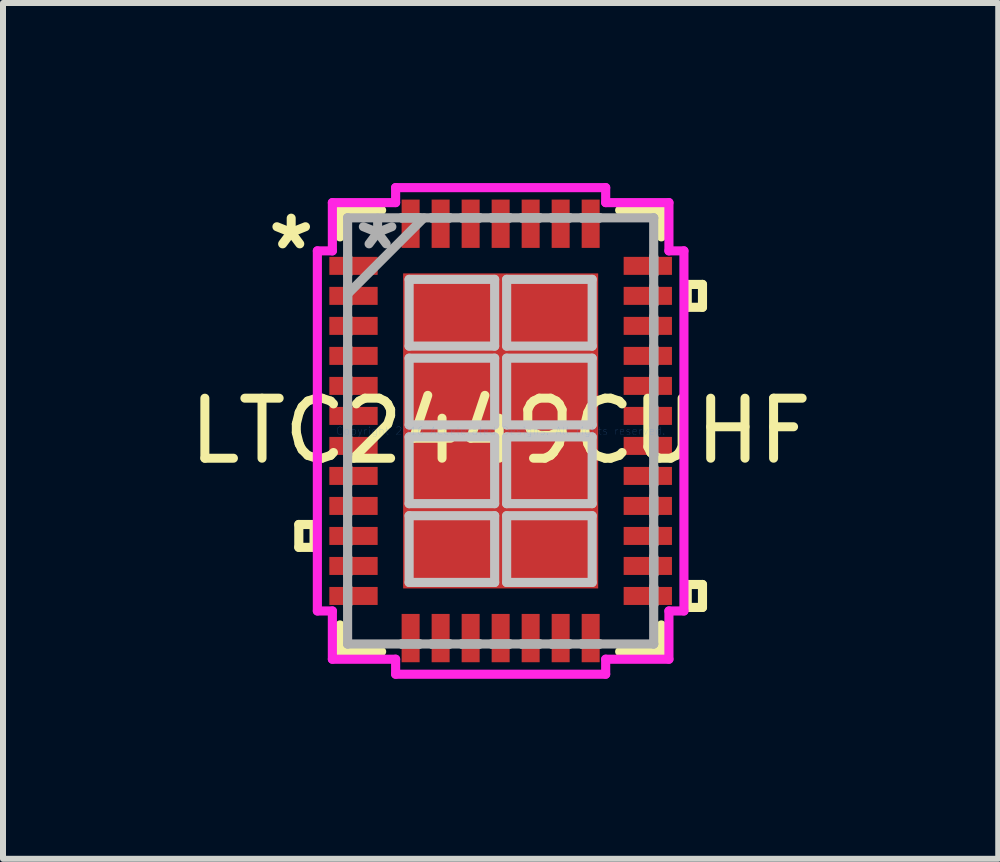
<source format=kicad_pcb>
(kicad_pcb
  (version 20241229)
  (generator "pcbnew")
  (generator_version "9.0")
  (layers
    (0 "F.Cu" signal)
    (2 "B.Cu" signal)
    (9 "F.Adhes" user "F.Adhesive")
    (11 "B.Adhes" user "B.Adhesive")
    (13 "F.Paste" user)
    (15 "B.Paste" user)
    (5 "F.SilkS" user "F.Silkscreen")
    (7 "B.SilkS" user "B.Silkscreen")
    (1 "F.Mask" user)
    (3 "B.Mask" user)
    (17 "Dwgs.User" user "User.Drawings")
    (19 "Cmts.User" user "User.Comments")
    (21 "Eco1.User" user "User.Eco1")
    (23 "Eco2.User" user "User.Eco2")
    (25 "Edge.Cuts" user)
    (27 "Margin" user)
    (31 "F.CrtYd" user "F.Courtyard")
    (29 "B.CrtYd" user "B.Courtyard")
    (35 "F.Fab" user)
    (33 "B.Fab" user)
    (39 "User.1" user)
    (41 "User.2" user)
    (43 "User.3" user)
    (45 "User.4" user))
  (footprint "LTC2449CUHF"
    (layer "F.Cu")
    (at 5.292 4.13)
    (property "Reference" "LTC2449CUHF" (at 0 0 0) (layer "F.SilkS") (effects (font (size 1 1) (thickness 0.15))))
    (attr through_hole)
    (fp_line (start -3.363 1.559) (end -3.363 1.94) (stroke (width 0.152) (type solid)) (layer "F.SilkS"))
    (fp_line (start -3.363 1.94) (end -3.109 1.94) (stroke (width 0.152) (type solid)) (layer "F.SilkS"))
    (fp_line (start -3.109 1.559) (end -3.363 1.559) (stroke (width 0.152) (type solid)) (layer "F.SilkS"))
    (fp_line (start -3.109 1.94) (end -3.109 1.559) (stroke (width 0.152) (type solid)) (layer "F.SilkS"))
    (fp_line (start -2.677 -3.677) (end -2.677 -3.233) (stroke (width 0.152) (type solid)) (layer "F.SilkS"))
    (fp_line (start -2.677 3.233) (end -2.677 3.677) (stroke (width 0.152) (type solid)) (layer "F.SilkS"))
    (fp_line (start -2.677 3.677) (end -1.983 3.677) (stroke (width 0.152) (type solid)) (layer "F.SilkS"))
    (fp_line (start -1.983 -3.677) (end -2.677 -3.677) (stroke (width 0.152) (type solid)) (layer "F.SilkS"))
    (fp_line (start 1.983 3.677) (end 2.677 3.677) (stroke (width 0.152) (type solid)) (layer "F.SilkS"))
    (fp_line (start 2.677 -3.677) (end 1.983 -3.677) (stroke (width 0.152) (type solid)) (layer "F.SilkS"))
    (fp_line (start 2.677 -3.233) (end 2.677 -3.677) (stroke (width 0.152) (type solid)) (layer "F.SilkS"))
    (fp_line (start 2.677 3.677) (end 2.677 3.233) (stroke (width 0.152) (type solid)) (layer "F.SilkS"))
    (fp_line (start 3.109 -2.441) (end 3.363 -2.441) (stroke (width 0.152) (type solid)) (layer "F.SilkS"))
    (fp_line (start 3.109 -2.06) (end 3.109 -2.441) (stroke (width 0.152) (type solid)) (layer "F.SilkS"))
    (fp_line (start 3.109 2.559) (end 3.363 2.559) (stroke (width 0.152) (type solid)) (layer "F.SilkS"))
    (fp_line (start 3.109 2.941) (end 3.109 2.559) (stroke (width 0.152) (type solid)) (layer "F.SilkS"))
    (fp_line (start 3.363 -2.441) (end 3.363 -2.06) (stroke (width 0.152) (type solid)) (layer "F.SilkS"))
    (fp_line (start 3.363 -2.06) (end 3.109 -2.06) (stroke (width 0.152) (type solid)) (layer "F.SilkS"))
    (fp_line (start 3.363 2.559) (end 3.363 2.941) (stroke (width 0.152) (type solid)) (layer "F.SilkS"))
    (fp_line (start 3.363 2.941) (end 3.109 2.941) (stroke (width 0.152) (type solid)) (layer "F.SilkS"))
    (fp_line (start -1.525 -2.525) (end -1.525 -1.413) (stroke (width 0.152) (type solid)) (layer "Dwgs.User"))
    (fp_line (start -1.525 -1.413) (end -0.1 -1.413) (stroke (width 0.152) (type solid)) (layer "Dwgs.User"))
    (fp_line (start -1.525 -1.212) (end -1.525 -0.1) (stroke (width 0.152) (type solid)) (layer "Dwgs.User"))
    (fp_line (start -1.525 -0.1) (end -0.1 -0.1) (stroke (width 0.152) (type solid)) (layer "Dwgs.User"))
    (fp_line (start -1.525 0.1) (end -1.525 1.212) (stroke (width 0.152) (type solid)) (layer "Dwgs.User"))
    (fp_line (start -1.525 1.212) (end -0.1 1.212) (stroke (width 0.152) (type solid)) (layer "Dwgs.User"))
    (fp_line (start -1.525 1.413) (end -1.525 2.525) (stroke (width 0.152) (type solid)) (layer "Dwgs.User"))
    (fp_line (start -1.525 2.525) (end -0.1 2.525) (stroke (width 0.152) (type solid)) (layer "Dwgs.User"))
    (fp_line (start -0.1 -2.525) (end -1.525 -2.525) (stroke (width 0.152) (type solid)) (layer "Dwgs.User"))
    (fp_line (start -0.1 -1.413) (end -0.1 -2.525) (stroke (width 0.152) (type solid)) (layer "Dwgs.User"))
    (fp_line (start -0.1 -1.212) (end -1.525 -1.212) (stroke (width 0.152) (type solid)) (layer "Dwgs.User"))
    (fp_line (start -0.1 -0.1) (end -0.1 -1.212) (stroke (width 0.152) (type solid)) (layer "Dwgs.User"))
    (fp_line (start -0.1 0.1) (end -1.525 0.1) (stroke (width 0.152) (type solid)) (layer "Dwgs.User"))
    (fp_line (start -0.1 1.212) (end -0.1 0.1) (stroke (width 0.152) (type solid)) (layer "Dwgs.User"))
    (fp_line (start -0.1 1.413) (end -1.525 1.413) (stroke (width 0.152) (type solid)) (layer "Dwgs.User"))
    (fp_line (start -0.1 2.525) (end -0.1 1.413) (stroke (width 0.152) (type solid)) (layer "Dwgs.User"))
    (fp_line (start 0.1 -2.525) (end 0.1 -1.413) (stroke (width 0.152) (type solid)) (layer "Dwgs.User"))
    (fp_line (start 0.1 -1.413) (end 1.525 -1.413) (stroke (width 0.152) (type solid)) (layer "Dwgs.User"))
    (fp_line (start 0.1 -1.212) (end 0.1 -0.1) (stroke (width 0.152) (type solid)) (layer "Dwgs.User"))
    (fp_line (start 0.1 -0.1) (end 1.525 -0.1) (stroke (width 0.152) (type solid)) (layer "Dwgs.User"))
    (fp_line (start 0.1 0.1) (end 0.1 1.212) (stroke (width 0.152) (type solid)) (layer "Dwgs.User"))
    (fp_line (start 0.1 1.212) (end 1.525 1.212) (stroke (width 0.152) (type solid)) (layer "Dwgs.User"))
    (fp_line (start 0.1 1.413) (end 0.1 2.525) (stroke (width 0.152) (type solid)) (layer "Dwgs.User"))
    (fp_line (start 0.1 2.525) (end 1.525 2.525) (stroke (width 0.152) (type solid)) (layer "Dwgs.User"))
    (fp_line (start 1.525 -2.525) (end 0.1 -2.525) (stroke (width 0.152) (type solid)) (layer "Dwgs.User"))
    (fp_line (start 1.525 -1.413) (end 1.525 -2.525) (stroke (width 0.152) (type solid)) (layer "Dwgs.User"))
    (fp_line (start 1.525 -1.212) (end 0.1 -1.212) (stroke (width 0.152) (type solid)) (layer "Dwgs.User"))
    (fp_line (start 1.525 -0.1) (end 1.525 -1.212) (stroke (width 0.152) (type solid)) (layer "Dwgs.User"))
    (fp_line (start 1.525 0.1) (end 0.1 0.1) (stroke (width 0.152) (type solid)) (layer "Dwgs.User"))
    (fp_line (start 1.525 1.212) (end 1.525 0.1) (stroke (width 0.152) (type solid)) (layer "Dwgs.User"))
    (fp_line (start 1.525 1.413) (end 0.1 1.413) (stroke (width 0.152) (type solid)) (layer "Dwgs.User"))
    (fp_line (start 1.525 2.525) (end 1.525 1.413) (stroke (width 0.152) (type solid)) (layer "Dwgs.User"))
    (fp_line (start -3.054 -3) (end -2.804 -3) (stroke (width 0.152) (type solid)) (layer "F.CrtYd"))
    (fp_line (start -3.054 3) (end -3.054 -3) (stroke (width 0.152) (type solid)) (layer "F.CrtYd"))
    (fp_line (start -2.804 -3.804) (end -1.75 -3.804) (stroke (width 0.152) (type solid)) (layer "F.CrtYd"))
    (fp_line (start -2.804 -3) (end -2.804 -3.804) (stroke (width 0.152) (type solid)) (layer "F.CrtYd"))
    (fp_line (start -2.804 3) (end -3.054 3) (stroke (width 0.152) (type solid)) (layer "F.CrtYd"))
    (fp_line (start -2.804 3.804) (end -2.804 3) (stroke (width 0.152) (type solid)) (layer "F.CrtYd"))
    (fp_line (start -1.75 -4.054) (end 1.75 -4.054) (stroke (width 0.152) (type solid)) (layer "F.CrtYd"))
    (fp_line (start -1.75 -3.804) (end -1.75 -4.054) (stroke (width 0.152) (type solid)) (layer "F.CrtYd"))
    (fp_line (start -1.75 3.804) (end -2.804 3.804) (stroke (width 0.152) (type solid)) (layer "F.CrtYd"))
    (fp_line (start -1.75 4.054) (end -1.75 3.804) (stroke (width 0.152) (type solid)) (layer "F.CrtYd"))
    (fp_line (start 1.75 -4.054) (end 1.75 -3.804) (stroke (width 0.152) (type solid)) (layer "F.CrtYd"))
    (fp_line (start 1.75 -3.804) (end 2.804 -3.804) (stroke (width 0.152) (type solid)) (layer "F.CrtYd"))
    (fp_line (start 1.75 3.804) (end 1.75 4.054) (stroke (width 0.152) (type solid)) (layer "F.CrtYd"))
    (fp_line (start 1.75 4.054) (end -1.75 4.054) (stroke (width 0.152) (type solid)) (layer "F.CrtYd"))
    (fp_line (start 2.804 -3.804) (end 2.804 -3) (stroke (width 0.152) (type solid)) (layer "F.CrtYd"))
    (fp_line (start 2.804 -3) (end 3.054 -3) (stroke (width 0.152) (type solid)) (layer "F.CrtYd"))
    (fp_line (start 2.804 3) (end 2.804 3.804) (stroke (width 0.152) (type solid)) (layer "F.CrtYd"))
    (fp_line (start 2.804 3.804) (end 1.75 3.804) (stroke (width 0.152) (type solid)) (layer "F.CrtYd"))
    (fp_line (start 3.054 -3) (end 3.054 3) (stroke (width 0.152) (type solid)) (layer "F.CrtYd"))
    (fp_line (start 3.054 3) (end 2.804 3) (stroke (width 0.152) (type solid)) (layer "F.CrtYd"))
    (fp_line (start -2.55 -3.55) (end -2.55 -3.55) (stroke (width 0.152) (type solid)) (layer "F.Fab"))
    (fp_line (start -2.55 -3.55) (end -2.55 3.55) (stroke (width 0.152) (type solid)) (layer "F.Fab"))
    (fp_line (start -2.55 -2.9) (end -2.55 -2.9) (stroke (width 0.152) (type solid)) (layer "F.Fab"))
    (fp_line (start -2.55 -2.9) (end -2.55 -2.6) (stroke (width 0.152) (type solid)) (layer "F.Fab"))
    (fp_line (start -2.55 -2.6) (end -2.55 -2.9) (stroke (width 0.152) (type solid)) (layer "F.Fab"))
    (fp_line (start -2.55 -2.6) (end -2.55 -2.6) (stroke (width 0.152) (type solid)) (layer "F.Fab"))
    (fp_line (start -2.55 -2.4) (end -2.55 -2.4) (stroke (width 0.152) (type solid)) (layer "F.Fab"))
    (fp_line (start -2.55 -2.4) (end -2.55 -2.1) (stroke (width 0.152) (type solid)) (layer "F.Fab"))
    (fp_line (start -2.55 -2.28) (end -1.28 -3.55) (stroke (width 0.152) (type solid)) (layer "F.Fab"))
    (fp_line (start -2.55 -2.1) (end -2.55 -2.4) (stroke (width 0.152) (type solid)) (layer "F.Fab"))
    (fp_line (start -2.55 -2.1) (end -2.55 -2.1) (stroke (width 0.152) (type solid)) (layer "F.Fab"))
    (fp_line (start -2.55 -1.9) (end -2.55 -1.9) (stroke (width 0.152) (type solid)) (layer "F.Fab"))
    (fp_line (start -2.55 -1.9) (end -2.55 -1.6) (stroke (width 0.152) (type solid)) (layer "F.Fab"))
    (fp_line (start -2.55 -1.6) (end -2.55 -1.9) (stroke (width 0.152) (type solid)) (layer "F.Fab"))
    (fp_line (start -2.55 -1.6) (end -2.55 -1.6) (stroke (width 0.152) (type solid)) (layer "F.Fab"))
    (fp_line (start -2.55 -1.4) (end -2.55 -1.4) (stroke (width 0.152) (type solid)) (layer "F.Fab"))
    (fp_line (start -2.55 -1.4) (end -2.55 -1.1) (stroke (width 0.152) (type solid)) (layer "F.Fab"))
    (fp_line (start -2.55 -1.1) (end -2.55 -1.4) (stroke (width 0.152) (type solid)) (layer "F.Fab"))
    (fp_line (start -2.55 -1.1) (end -2.55 -1.1) (stroke (width 0.152) (type solid)) (layer "F.Fab"))
    (fp_line (start -2.55 -0.9) (end -2.55 -0.9) (stroke (width 0.152) (type solid)) (layer "F.Fab"))
    (fp_line (start -2.55 -0.9) (end -2.55 -0.6) (stroke (width 0.152) (type solid)) (layer "F.Fab"))
    (fp_line (start -2.55 -0.6) (end -2.55 -0.9) (stroke (width 0.152) (type solid)) (layer "F.Fab"))
    (fp_line (start -2.55 -0.6) (end -2.55 -0.6) (stroke (width 0.152) (type solid)) (layer "F.Fab"))
    (fp_line (start -2.55 -0.4) (end -2.55 -0.4) (stroke (width 0.152) (type solid)) (layer "F.Fab"))
    (fp_line (start -2.55 -0.4) (end -2.55 -0.1) (stroke (width 0.152) (type solid)) (layer "F.Fab"))
    (fp_line (start -2.55 -0.1) (end -2.55 -0.4) (stroke (width 0.152) (type solid)) (layer "F.Fab"))
    (fp_line (start -2.55 -0.1) (end -2.55 -0.1) (stroke (width 0.152) (type solid)) (layer "F.Fab"))
    (fp_line (start -2.55 0.1) (end -2.55 0.1) (stroke (width 0.152) (type solid)) (layer "F.Fab"))
    (fp_line (start -2.55 0.1) (end -2.55 0.4) (stroke (width 0.152) (type solid)) (layer "F.Fab"))
    (fp_line (start -2.55 0.4) (end -2.55 0.1) (stroke (width 0.152) (type solid)) (layer "F.Fab"))
    (fp_line (start -2.55 0.4) (end -2.55 0.4) (stroke (width 0.152) (type solid)) (layer "F.Fab"))
    (fp_line (start -2.55 0.6) (end -2.55 0.6) (stroke (width 0.152) (type solid)) (layer "F.Fab"))
    (fp_line (start -2.55 0.6) (end -2.55 0.9) (stroke (width 0.152) (type solid)) (layer "F.Fab"))
    (fp_line (start -2.55 0.9) (end -2.55 0.6) (stroke (width 0.152) (type solid)) (layer "F.Fab"))
    (fp_line (start -2.55 0.9) (end -2.55 0.9) (stroke (width 0.152) (type solid)) (layer "F.Fab"))
    (fp_line (start -2.55 1.1) (end -2.55 1.1) (stroke (width 0.152) (type solid)) (layer "F.Fab"))
    (fp_line (start -2.55 1.1) (end -2.55 1.4) (stroke (width 0.152) (type solid)) (layer "F.Fab"))
    (fp_line (start -2.55 1.4) (end -2.55 1.1) (stroke (width 0.152) (type solid)) (layer "F.Fab"))
    (fp_line (start -2.55 1.4) (end -2.55 1.4) (stroke (width 0.152) (type solid)) (layer "F.Fab"))
    (fp_line (start -2.55 1.6) (end -2.55 1.6) (stroke (width 0.152) (type solid)) (layer "F.Fab"))
    (fp_line (start -2.55 1.6) (end -2.55 1.9) (stroke (width 0.152) (type solid)) (layer "F.Fab"))
    (fp_line (start -2.55 1.9) (end -2.55 1.6) (stroke (width 0.152) (type solid)) (layer "F.Fab"))
    (fp_line (start -2.55 1.9) (end -2.55 1.9) (stroke (width 0.152) (type solid)) (layer "F.Fab"))
    (fp_line (start -2.55 2.1) (end -2.55 2.1) (stroke (width 0.152) (type solid)) (layer "F.Fab"))
    (fp_line (start -2.55 2.1) (end -2.55 2.4) (stroke (width 0.152) (type solid)) (layer "F.Fab"))
    (fp_line (start -2.55 2.4) (end -2.55 2.1) (stroke (width 0.152) (type solid)) (layer "F.Fab"))
    (fp_line (start -2.55 2.4) (end -2.55 2.4) (stroke (width 0.152) (type solid)) (layer "F.Fab"))
    (fp_line (start -2.55 2.6) (end -2.55 2.6) (stroke (width 0.152) (type solid)) (layer "F.Fab"))
    (fp_line (start -2.55 2.6) (end -2.55 2.9) (stroke (width 0.152) (type solid)) (layer "F.Fab"))
    (fp_line (start -2.55 2.9) (end -2.55 2.6) (stroke (width 0.152) (type solid)) (layer "F.Fab"))
    (fp_line (start -2.55 2.9) (end -2.55 2.9) (stroke (width 0.152) (type solid)) (layer "F.Fab"))
    (fp_line (start -2.55 3.55) (end -2.55 3.55) (stroke (width 0.152) (type solid)) (layer "F.Fab"))
    (fp_line (start -2.55 3.55) (end 2.55 3.55) (stroke (width 0.152) (type solid)) (layer "F.Fab"))
    (fp_line (start -1.65 -3.55) (end -1.65 -3.55) (stroke (width 0.152) (type solid)) (layer "F.Fab"))
    (fp_line (start -1.65 -3.55) (end -1.35 -3.55) (stroke (width 0.152) (type solid)) (layer "F.Fab"))
    (fp_line (start -1.65 3.55) (end -1.65 3.55) (stroke (width 0.152) (type solid)) (layer "F.Fab"))
    (fp_line (start -1.65 3.55) (end -1.35 3.55) (stroke (width 0.152) (type solid)) (layer "F.Fab"))
    (fp_line (start -1.35 -3.55) (end -1.65 -3.55) (stroke (width 0.152) (type solid)) (layer "F.Fab"))
    (fp_line (start -1.35 -3.55) (end -1.35 -3.55) (stroke (width 0.152) (type solid)) (layer "F.Fab"))
    (fp_line (start -1.35 3.55) (end -1.65 3.55) (stroke (width 0.152) (type solid)) (layer "F.Fab"))
    (fp_line (start -1.35 3.55) (end -1.35 3.55) (stroke (width 0.152) (type solid)) (layer "F.Fab"))
    (fp_line (start -1.15 -3.55) (end -1.15 -3.55) (stroke (width 0.152) (type solid)) (layer "F.Fab"))
    (fp_line (start -1.15 -3.55) (end -0.85 -3.55) (stroke (width 0.152) (type solid)) (layer "F.Fab"))
    (fp_line (start -1.15 3.55) (end -1.15 3.55) (stroke (width 0.152) (type solid)) (layer "F.Fab"))
    (fp_line (start -1.15 3.55) (end -0.85 3.55) (stroke (width 0.152) (type solid)) (layer "F.Fab"))
    (fp_line (start -0.85 -3.55) (end -1.15 -3.55) (stroke (width 0.152) (type solid)) (layer "F.Fab"))
    (fp_line (start -0.85 -3.55) (end -0.85 -3.55) (stroke (width 0.152) (type solid)) (layer "F.Fab"))
    (fp_line (start -0.85 3.55) (end -1.15 3.55) (stroke (width 0.152) (type solid)) (layer "F.Fab"))
    (fp_line (start -0.85 3.55) (end -0.85 3.55) (stroke (width 0.152) (type solid)) (layer "F.Fab"))
    (fp_line (start -0.65 -3.55) (end -0.65 -3.55) (stroke (width 0.152) (type solid)) (layer "F.Fab"))
    (fp_line (start -0.65 -3.55) (end -0.35 -3.55) (stroke (width 0.152) (type solid)) (layer "F.Fab"))
    (fp_line (start -0.65 3.55) (end -0.65 3.55) (stroke (width 0.152) (type solid)) (layer "F.Fab"))
    (fp_line (start -0.65 3.55) (end -0.35 3.55) (stroke (width 0.152) (type solid)) (layer "F.Fab"))
    (fp_line (start -0.35 -3.55) (end -0.65 -3.55) (stroke (width 0.152) (type solid)) (layer "F.Fab"))
    (fp_line (start -0.35 -3.55) (end -0.35 -3.55) (stroke (width 0.152) (type solid)) (layer "F.Fab"))
    (fp_line (start -0.35 3.55) (end -0.65 3.55) (stroke (width 0.152) (type solid)) (layer "F.Fab"))
    (fp_line (start -0.35 3.55) (end -0.35 3.55) (stroke (width 0.152) (type solid)) (layer "F.Fab"))
    (fp_line (start -0.15 -3.55) (end -0.15 -3.55) (stroke (width 0.152) (type solid)) (layer "F.Fab"))
    (fp_line (start -0.15 -3.55) (end 0.15 -3.55) (stroke (width 0.152) (type solid)) (layer "F.Fab"))
    (fp_line (start -0.15 3.55) (end -0.15 3.55) (stroke (width 0.152) (type solid)) (layer "F.Fab"))
    (fp_line (start -0.15 3.55) (end 0.15 3.55) (stroke (width 0.152) (type solid)) (layer "F.Fab"))
    (fp_line (start 0.15 -3.55) (end -0.15 -3.55) (stroke (width 0.152) (type solid)) (layer "F.Fab"))
    (fp_line (start 0.15 -3.55) (end 0.15 -3.55) (stroke (width 0.152) (type solid)) (layer "F.Fab"))
    (fp_line (start 0.15 3.55) (end -0.15 3.55) (stroke (width 0.152) (type solid)) (layer "F.Fab"))
    (fp_line (start 0.15 3.55) (end 0.15 3.55) (stroke (width 0.152) (type solid)) (layer "F.Fab"))
    (fp_line (start 0.35 -3.55) (end 0.35 -3.55) (stroke (width 0.152) (type solid)) (layer "F.Fab"))
    (fp_line (start 0.35 -3.55) (end 0.65 -3.55) (stroke (width 0.152) (type solid)) (layer "F.Fab"))
    (fp_line (start 0.35 3.55) (end 0.35 3.55) (stroke (width 0.152) (type solid)) (layer "F.Fab"))
    (fp_line (start 0.35 3.55) (end 0.65 3.55) (stroke (width 0.152) (type solid)) (layer "F.Fab"))
    (fp_line (start 0.65 -3.55) (end 0.35 -3.55) (stroke (width 0.152) (type solid)) (layer "F.Fab"))
    (fp_line (start 0.65 -3.55) (end 0.65 -3.55) (stroke (width 0.152) (type solid)) (layer "F.Fab"))
    (fp_line (start 0.65 3.55) (end 0.35 3.55) (stroke (width 0.152) (type solid)) (layer "F.Fab"))
    (fp_line (start 0.65 3.55) (end 0.65 3.55) (stroke (width 0.152) (type solid)) (layer "F.Fab"))
    (fp_line (start 0.85 -3.55) (end 0.85 -3.55) (stroke (width 0.152) (type solid)) (layer "F.Fab"))
    (fp_line (start 0.85 -3.55) (end 1.15 -3.55) (stroke (width 0.152) (type solid)) (layer "F.Fab"))
    (fp_line (start 0.85 3.55) (end 0.85 3.55) (stroke (width 0.152) (type solid)) (layer "F.Fab"))
    (fp_line (start 0.85 3.55) (end 1.15 3.55) (stroke (width 0.152) (type solid)) (layer "F.Fab"))
    (fp_line (start 1.15 -3.55) (end 0.85 -3.55) (stroke (width 0.152) (type solid)) (layer "F.Fab"))
    (fp_line (start 1.15 -3.55) (end 1.15 -3.55) (stroke (width 0.152) (type solid)) (layer "F.Fab"))
    (fp_line (start 1.15 3.55) (end 0.85 3.55) (stroke (width 0.152) (type solid)) (layer "F.Fab"))
    (fp_line (start 1.15 3.55) (end 1.15 3.55) (stroke (width 0.152) (type solid)) (layer "F.Fab"))
    (fp_line (start 1.35 -3.55) (end 1.35 -3.55) (stroke (width 0.152) (type solid)) (layer "F.Fab"))
    (fp_line (start 1.35 -3.55) (end 1.65 -3.55) (stroke (width 0.152) (type solid)) (layer "F.Fab"))
    (fp_line (start 1.35 3.55) (end 1.35 3.55) (stroke (width 0.152) (type solid)) (layer "F.Fab"))
    (fp_line (start 1.35 3.55) (end 1.65 3.55) (stroke (width 0.152) (type solid)) (layer "F.Fab"))
    (fp_line (start 1.65 -3.55) (end 1.35 -3.55) (stroke (width 0.152) (type solid)) (layer "F.Fab"))
    (fp_line (start 1.65 -3.55) (end 1.65 -3.55) (stroke (width 0.152) (type solid)) (layer "F.Fab"))
    (fp_line (start 1.65 3.55) (end 1.35 3.55) (stroke (width 0.152) (type solid)) (layer "F.Fab"))
    (fp_line (start 1.65 3.55) (end 1.65 3.55) (stroke (width 0.152) (type solid)) (layer "F.Fab"))
    (fp_line (start 2.55 -3.55) (end -2.55 -3.55) (stroke (width 0.152) (type solid)) (layer "F.Fab"))
    (fp_line (start 2.55 -3.55) (end 2.55 -3.55) (stroke (width 0.152) (type solid)) (layer "F.Fab"))
    (fp_line (start 2.55 -2.9) (end 2.55 -2.9) (stroke (width 0.152) (type solid)) (layer "F.Fab"))
    (fp_line (start 2.55 -2.9) (end 2.55 -2.6) (stroke (width 0.152) (type solid)) (layer "F.Fab"))
    (fp_line (start 2.55 -2.6) (end 2.55 -2.9) (stroke (width 0.152) (type solid)) (layer "F.Fab"))
    (fp_line (start 2.55 -2.6) (end 2.55 -2.6) (stroke (width 0.152) (type solid)) (layer "F.Fab"))
    (fp_line (start 2.55 -2.4) (end 2.55 -2.4) (stroke (width 0.152) (type solid)) (layer "F.Fab"))
    (fp_line (start 2.55 -2.4) (end 2.55 -2.1) (stroke (width 0.152) (type solid)) (layer "F.Fab"))
    (fp_line (start 2.55 -2.1) (end 2.55 -2.4) (stroke (width 0.152) (type solid)) (layer "F.Fab"))
    (fp_line (start 2.55 -2.1) (end 2.55 -2.1) (stroke (width 0.152) (type solid)) (layer "F.Fab"))
    (fp_line (start 2.55 -1.9) (end 2.55 -1.9) (stroke (width 0.152) (type solid)) (layer "F.Fab"))
    (fp_line (start 2.55 -1.9) (end 2.55 -1.6) (stroke (width 0.152) (type solid)) (layer "F.Fab"))
    (fp_line (start 2.55 -1.6) (end 2.55 -1.9) (stroke (width 0.152) (type solid)) (layer "F.Fab"))
    (fp_line (start 2.55 -1.6) (end 2.55 -1.6) (stroke (width 0.152) (type solid)) (layer "F.Fab"))
    (fp_line (start 2.55 -1.4) (end 2.55 -1.4) (stroke (width 0.152) (type solid)) (layer "F.Fab"))
    (fp_line (start 2.55 -1.4) (end 2.55 -1.1) (stroke (width 0.152) (type solid)) (layer "F.Fab"))
    (fp_line (start 2.55 -1.1) (end 2.55 -1.4) (stroke (width 0.152) (type solid)) (layer "F.Fab"))
    (fp_line (start 2.55 -1.1) (end 2.55 -1.1) (stroke (width 0.152) (type solid)) (layer "F.Fab"))
    (fp_line (start 2.55 -0.9) (end 2.55 -0.9) (stroke (width 0.152) (type solid)) (layer "F.Fab"))
    (fp_line (start 2.55 -0.9) (end 2.55 -0.6) (stroke (width 0.152) (type solid)) (layer "F.Fab"))
    (fp_line (start 2.55 -0.6) (end 2.55 -0.9) (stroke (width 0.152) (type solid)) (layer "F.Fab"))
    (fp_line (start 2.55 -0.6) (end 2.55 -0.6) (stroke (width 0.152) (type solid)) (layer "F.Fab"))
    (fp_line (start 2.55 -0.4) (end 2.55 -0.4) (stroke (width 0.152) (type solid)) (layer "F.Fab"))
    (fp_line (start 2.55 -0.4) (end 2.55 -0.1) (stroke (width 0.152) (type solid)) (layer "F.Fab"))
    (fp_line (start 2.55 -0.1) (end 2.55 -0.4) (stroke (width 0.152) (type solid)) (layer "F.Fab"))
    (fp_line (start 2.55 -0.1) (end 2.55 -0.1) (stroke (width 0.152) (type solid)) (layer "F.Fab"))
    (fp_line (start 2.55 0.1) (end 2.55 0.1) (stroke (width 0.152) (type solid)) (layer "F.Fab"))
    (fp_line (start 2.55 0.1) (end 2.55 0.4) (stroke (width 0.152) (type solid)) (layer "F.Fab"))
    (fp_line (start 2.55 0.4) (end 2.55 0.1) (stroke (width 0.152) (type solid)) (layer "F.Fab"))
    (fp_line (start 2.55 0.4) (end 2.55 0.4) (stroke (width 0.152) (type solid)) (layer "F.Fab"))
    (fp_line (start 2.55 0.6) (end 2.55 0.6) (stroke (width 0.152) (type solid)) (layer "F.Fab"))
    (fp_line (start 2.55 0.6) (end 2.55 0.9) (stroke (width 0.152) (type solid)) (layer "F.Fab"))
    (fp_line (start 2.55 0.9) (end 2.55 0.6) (stroke (width 0.152) (type solid)) (layer "F.Fab"))
    (fp_line (start 2.55 0.9) (end 2.55 0.9) (stroke (width 0.152) (type solid)) (layer "F.Fab"))
    (fp_line (start 2.55 1.1) (end 2.55 1.1) (stroke (width 0.152) (type solid)) (layer "F.Fab"))
    (fp_line (start 2.55 1.1) (end 2.55 1.4) (stroke (width 0.152) (type solid)) (layer "F.Fab"))
    (fp_line (start 2.55 1.4) (end 2.55 1.1) (stroke (width 0.152) (type solid)) (layer "F.Fab"))
    (fp_line (start 2.55 1.4) (end 2.55 1.4) (stroke (width 0.152) (type solid)) (layer "F.Fab"))
    (fp_line (start 2.55 1.6) (end 2.55 1.6) (stroke (width 0.152) (type solid)) (layer "F.Fab"))
    (fp_line (start 2.55 1.6) (end 2.55 1.9) (stroke (width 0.152) (type solid)) (layer "F.Fab"))
    (fp_line (start 2.55 1.9) (end 2.55 1.6) (stroke (width 0.152) (type solid)) (layer "F.Fab"))
    (fp_line (start 2.55 1.9) (end 2.55 1.9) (stroke (width 0.152) (type solid)) (layer "F.Fab"))
    (fp_line (start 2.55 2.1) (end 2.55 2.1) (stroke (width 0.152) (type solid)) (layer "F.Fab"))
    (fp_line (start 2.55 2.1) (end 2.55 2.4) (stroke (width 0.152) (type solid)) (layer "F.Fab"))
    (fp_line (start 2.55 2.4) (end 2.55 2.1) (stroke (width 0.152) (type solid)) (layer "F.Fab"))
    (fp_line (start 2.55 2.4) (end 2.55 2.4) (stroke (width 0.152) (type solid)) (layer "F.Fab"))
    (fp_line (start 2.55 2.6) (end 2.55 2.6) (stroke (width 0.152) (type solid)) (layer "F.Fab"))
    (fp_line (start 2.55 2.6) (end 2.55 2.9) (stroke (width 0.152) (type solid)) (layer "F.Fab"))
    (fp_line (start 2.55 2.9) (end 2.55 2.6) (stroke (width 0.152) (type solid)) (layer "F.Fab"))
    (fp_line (start 2.55 2.9) (end 2.55 2.9) (stroke (width 0.152) (type solid)) (layer "F.Fab"))
    (fp_line (start 2.55 3.55) (end 2.55 -3.55) (stroke (width 0.152) (type solid)) (layer "F.Fab"))
    (fp_line (start 2.55 3.55) (end 2.55 3.55) (stroke (width 0.152) (type solid)) (layer "F.Fab"))
    (fp_text user "*" (at -3.49 -3 0) (layer "F.SilkS") (effects (font (size 1 1) (thickness 0.15))))
    (fp_text user "Copyright 2016 Accelerated Designs. All rights reserved." (at 0 0 0) (layer "Cmts.User") (effects (font (size 0.127 0.127) (thickness 0.002))))
    (fp_text user "*" (at -2.05 -3 0) (layer "F.Fab") (effects (font (size 1 1) (thickness 0.15))))
    (pad "1" smd rect (at -2.452 -2.75 90) (size 0.3 0.805) (layers "F.Cu" "F.Mask" "F.Paste"))
    (pad "2" smd rect (at -2.452 -2.25 90) (size 0.3 0.805) (layers "F.Cu" "F.Mask" "F.Paste"))
    (pad "3" smd rect (at -2.452 -1.75 90) (size 0.3 0.805) (layers "F.Cu" "F.Mask" "F.Paste"))
    (pad "4" smd rect (at -2.452 -1.25 90) (size 0.3 0.805) (layers "F.Cu" "F.Mask" "F.Paste"))
    (pad "5" smd rect (at -2.452 -0.75 90) (size 0.3 0.805) (layers "F.Cu" "F.Mask" "F.Paste"))
    (pad "6" smd rect (at -2.452 -0.25 90) (size 0.3 0.805) (layers "F.Cu" "F.Mask" "F.Paste"))
    (pad "7" smd rect (at -2.452 0.25 90) (size 0.3 0.805) (layers "F.Cu" "F.Mask" "F.Paste"))
    (pad "8" smd rect (at -2.452 0.75 90) (size 0.3 0.805) (layers "F.Cu" "F.Mask" "F.Paste"))
    (pad "9" smd rect (at -2.452 1.25 90) (size 0.3 0.805) (layers "F.Cu" "F.Mask" "F.Paste"))
    (pad "10" smd rect (at -2.452 1.75 90) (size 0.3 0.805) (layers "F.Cu" "F.Mask" "F.Paste"))
    (pad "11" smd rect (at -2.452 2.25 90) (size 0.3 0.805) (layers "F.Cu" "F.Mask" "F.Paste"))
    (pad "12" smd rect (at -2.452 2.75 90) (size 0.3 0.805) (layers "F.Cu" "F.Mask" "F.Paste"))
    (pad "13" smd rect (at -1.5 3.452) (size 0.3 0.805) (layers "F.Cu" "F.Mask" "F.Paste"))
    (pad "14" smd rect (at -1 3.452) (size 0.3 0.805) (layers "F.Cu" "F.Mask" "F.Paste"))
    (pad "15" smd rect (at -0.5 3.452) (size 0.3 0.805) (layers "F.Cu" "F.Mask" "F.Paste"))
    (pad "16" smd rect (at 0 3.452) (size 0.3 0.805) (layers "F.Cu" "F.Mask" "F.Paste"))
    (pad "17" smd rect (at 0.5 3.452) (size 0.3 0.805) (layers "F.Cu" "F.Mask" "F.Paste"))
    (pad "18" smd rect (at 1 3.452) (size 0.3 0.805) (layers "F.Cu" "F.Mask" "F.Paste"))
    (pad "19" smd rect (at 1.5 3.452) (size 0.3 0.805) (layers "F.Cu" "F.Mask" "F.Paste"))
    (pad "20" smd rect (at 2.452 2.75 90) (size 0.3 0.805) (layers "F.Cu" "F.Mask" "F.Paste"))
    (pad "21" smd rect (at 2.452 2.25 90) (size 0.3 0.805) (layers "F.Cu" "F.Mask" "F.Paste"))
    (pad "22" smd rect (at 2.452 1.75 90) (size 0.3 0.805) (layers "F.Cu" "F.Mask" "F.Paste"))
    (pad "23" smd rect (at 2.452 1.25 90) (size 0.3 0.805) (layers "F.Cu" "F.Mask" "F.Paste"))
    (pad "24" smd rect (at 2.452 0.75 90) (size 0.3 0.805) (layers "F.Cu" "F.Mask" "F.Paste"))
    (pad "25" smd rect (at 2.452 0.25 90) (size 0.3 0.805) (layers "F.Cu" "F.Mask" "F.Paste"))
    (pad "26" smd rect (at 2.452 -0.25 90) (size 0.3 0.805) (layers "F.Cu" "F.Mask" "F.Paste"))
    (pad "27" smd rect (at 2.452 -0.75 90) (size 0.3 0.805) (layers "F.Cu" "F.Mask" "F.Paste"))
    (pad "28" smd rect (at 2.452 -1.25 90) (size 0.3 0.805) (layers "F.Cu" "F.Mask" "F.Paste"))
    (pad "29" smd rect (at 2.452 -1.75 90) (size 0.3 0.805) (layers "F.Cu" "F.Mask" "F.Paste"))
    (pad "30" smd rect (at 2.452 -2.25 90) (size 0.3 0.805) (layers "F.Cu" "F.Mask" "F.Paste"))
    (pad "31" smd rect (at 2.452 -2.75 90) (size 0.3 0.805) (layers "F.Cu" "F.Mask" "F.Paste"))
    (pad "32" smd rect (at 1.5 -3.452) (size 0.3 0.805) (layers "F.Cu" "F.Mask" "F.Paste"))
    (pad "33" smd rect (at 1 -3.452) (size 0.3 0.805) (layers "F.Cu" "F.Mask" "F.Paste"))
    (pad "34" smd rect (at 0.5 -3.452) (size 0.3 0.805) (layers "F.Cu" "F.Mask" "F.Paste"))
    (pad "35" smd rect (at 0 -3.452) (size 0.3 0.805) (layers "F.Cu" "F.Mask" "F.Paste"))
    (pad "36" smd rect (at -0.5 -3.452) (size 0.3 0.805) (layers "F.Cu" "F.Mask" "F.Paste"))
    (pad "37" smd rect (at -1 -3.452) (size 0.3 0.805) (layers "F.Cu" "F.Mask" "F.Paste"))
    (pad "38" smd rect (at -1.5 -3.452) (size 0.3 0.805) (layers "F.Cu" "F.Mask" "F.Paste"))
    (pad "39" smd rect (at 0 0) (size 3.25 5.25) (layers "F.Cu" "F.Mask" "F.Paste")))
  (gr_rect
    (start -3 -3)
    (end 13.583 11.26)
    (stroke (width 0.1) (type default))
    (fill no)
    (layer "Edge.Cuts")))
</source>
